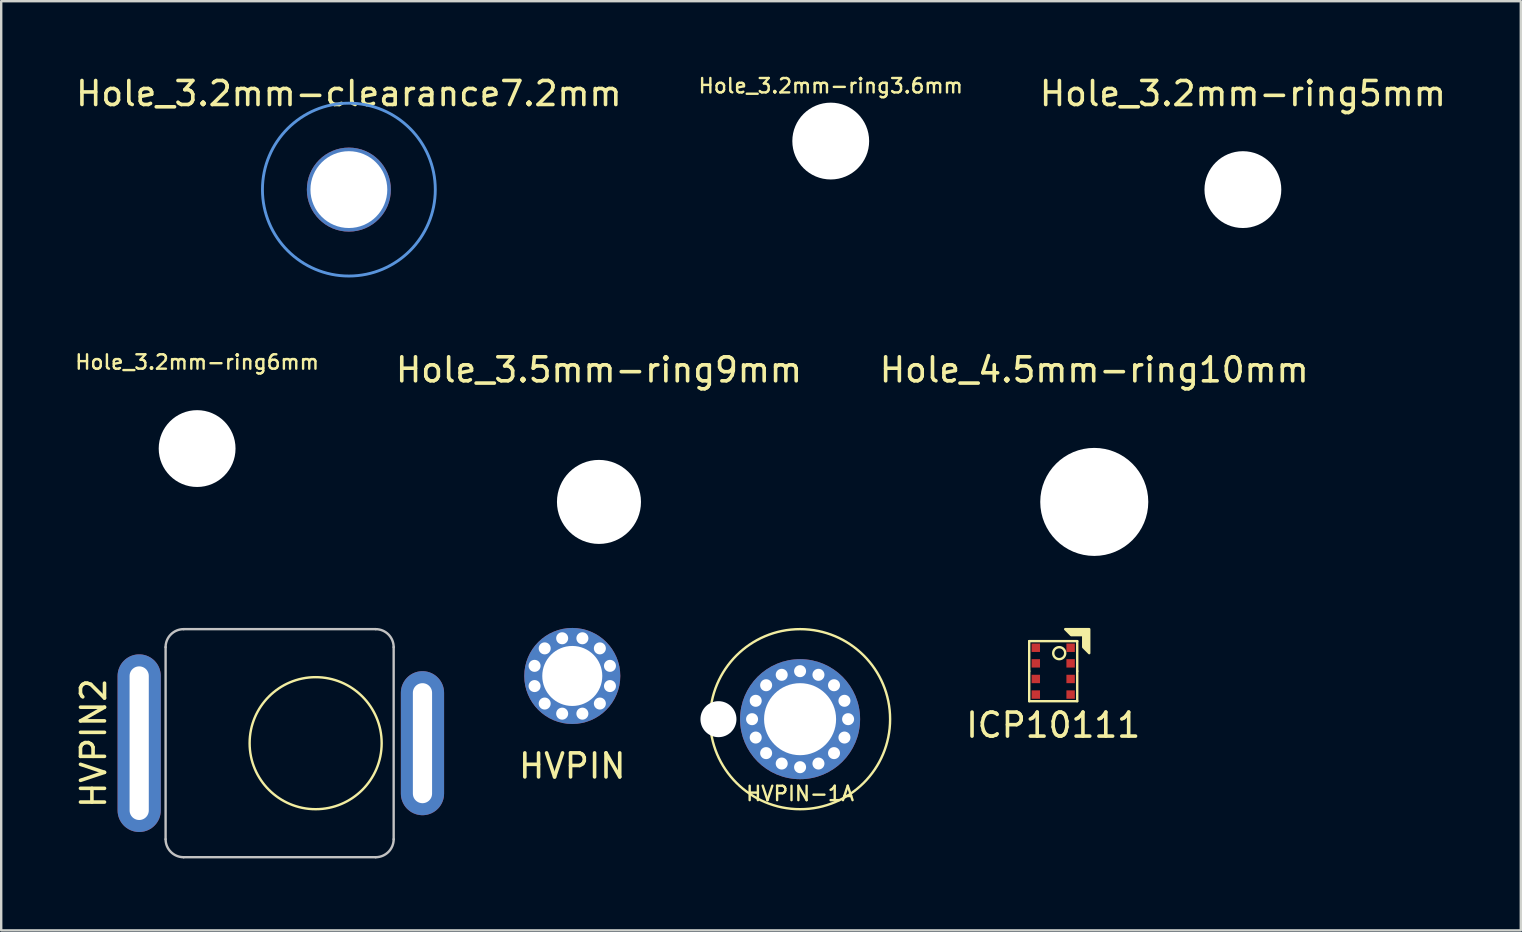
<source format=kicad_pcb>
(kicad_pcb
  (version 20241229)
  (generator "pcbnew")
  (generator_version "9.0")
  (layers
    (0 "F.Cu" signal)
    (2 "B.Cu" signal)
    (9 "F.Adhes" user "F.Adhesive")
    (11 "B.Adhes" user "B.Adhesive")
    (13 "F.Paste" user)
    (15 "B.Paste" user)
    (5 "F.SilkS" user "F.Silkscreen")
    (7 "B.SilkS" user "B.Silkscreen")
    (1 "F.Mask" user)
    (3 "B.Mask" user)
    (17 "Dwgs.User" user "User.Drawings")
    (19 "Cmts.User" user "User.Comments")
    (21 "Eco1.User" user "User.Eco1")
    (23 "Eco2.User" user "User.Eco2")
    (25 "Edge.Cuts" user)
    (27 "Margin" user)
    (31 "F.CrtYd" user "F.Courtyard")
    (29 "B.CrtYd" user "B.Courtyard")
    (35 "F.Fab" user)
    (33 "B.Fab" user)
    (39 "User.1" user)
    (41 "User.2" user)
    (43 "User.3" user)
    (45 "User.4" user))
  (footprint "Hole_4.5mm-ring10mm"
    (layer "F.Cu")
    (at 42.531 17.857)
    (property "Reference" "Hole_4.5mm-ring10mm" (at 0 -5.5 0) (layer "F.SilkS") (effects (font (size 1 1) (thickness 0.15))))
    (attr exclude_from_pos_files exclude_from_bom)
    (pad "" np_thru_hole circle (at 0 0) (size 4.5 4.5) (drill 4.5) (layers "*.Cu" "*.Mask")))
  (footprint "HVPIN2"
    (layer "F.Cu")
    (at 10.098 27.907)
    (property "Reference" "HVPIN2" (at -9.25 0 90) (unlocked yes) (layer "F.SilkS") (effects (font (size 1 1) (thickness 0.15))))
    (fp_circle (center 0 0) (end 2.75 0) (stroke (width 0.1) (type solid)) (fill no) (layer "F.SilkS"))
    (fp_line (start -6.25 -4) (end -6.25 4) (stroke (width 0.1) (type solid)) (layer "Dwgs.User"))
    (fp_line (start -5.5 -4.75) (end 2.5 -4.75) (stroke (width 0.1) (type solid)) (layer "Dwgs.User"))
    (fp_line (start -5.5 4.75) (end 2.5 4.75) (stroke (width 0.1) (type solid)) (layer "Dwgs.User"))
    (fp_line (start 3.25 -4) (end 3.25 4) (stroke (width 0.1) (type solid)) (layer "Dwgs.User"))
    (fp_arc (start -6.25 -4) (mid -6.03033 -4.53033) (end -5.5 -4.75) (stroke (width 0.1) (type solid)) (layer "Dwgs.User"))
    (fp_arc (start -5.5 4.75) (mid -6.03033 4.53033) (end -6.25 4) (stroke (width 0.1) (type solid)) (layer "Dwgs.User"))
    (fp_arc (start 2.5 -4.75) (mid 3.03033 -4.53033) (end 3.25 -4) (stroke (width 0.1) (type solid)) (layer "Dwgs.User"))
    (fp_arc (start 3.25 4) (mid 3.03033 4.53033) (end 2.5 4.75) (stroke (width 0.1) (type solid)) (layer "Dwgs.User"))
    (pad "0" thru_hole oval (at -7.35 0 90) (size 7.4 1.8) (drill oval 6.4 0.8) (layers "*.Cu" "*.Mask" "F.Paste"))
    (pad "1" thru_hole oval (at 4.45 0 90) (size 6 1.8) (drill oval 5 0.8) (layers "*.Cu" "*.Mask" "F.Paste")))
  (footprint "Hole_3.5mm-ring9mm"
    (layer "F.Cu")
    (at 21.9 17.857)
    (property "Reference" "Hole_3.5mm-ring9mm" (at 0 -5.5 0) (layer "F.SilkS") (effects (font (size 1 1) (thickness 0.15))))
    (attr exclude_from_pos_files exclude_from_bom)
    (pad "" np_thru_hole circle (at 0 0) (size 3.5 3.5) (drill 3.5) (layers "*.Cu" "*.Mask")))
  (footprint "HVPIN-1A"
    (layer "F.Cu")
    (at 30.277 26.907)
    (property "Reference" "HVPIN-1A" (at 0 3.1 0) (unlocked yes) (layer "F.SilkS") (effects (font (size 0.6 0.6) (thickness 0.1) (bold yes))))
    (fp_circle (center 0 0) (end 3.75 0) (stroke (width 0.1) (type default)) (fill no) (layer "F.SilkS"))
    (fp_circle (center -2 0) (end -2 -0.4) (stroke (width 0) (type solid)) (fill yes) (layer "F.Paste"))
    (fp_circle (center -1.732 -1) (end -1.732 -1.4) (stroke (width 0) (type solid)) (fill yes) (layer "F.Paste"))
    (fp_circle (center -1.732 1) (end -1.732 0.6) (stroke (width 0) (type solid)) (fill yes) (layer "F.Paste"))
    (fp_circle (center -1 -1.732) (end -1 -2.132) (stroke (width 0) (type solid)) (fill yes) (layer "F.Paste"))
    (fp_circle (center -1 1.732) (end -1 1.332) (stroke (width 0) (type solid)) (fill yes) (layer "F.Paste"))
    (fp_circle (center 0 -2) (end 0 -2.4) (stroke (width 0) (type solid)) (fill yes) (layer "F.Paste"))
    (fp_circle (center 0 2) (end 0 1.6) (stroke (width 0) (type solid)) (fill yes) (layer "F.Paste"))
    (fp_circle (center 1 -1.732) (end 1 -2.132) (stroke (width 0) (type solid)) (fill yes) (layer "F.Paste"))
    (fp_circle (center 1 1.732) (end 1 1.332) (stroke (width 0) (type solid)) (fill yes) (layer "F.Paste"))
    (fp_circle (center 1.732 -1) (end 1.732 -1.4) (stroke (width 0) (type solid)) (fill yes) (layer "F.Paste"))
    (fp_circle (center 1.732 1) (end 1.732 0.6) (stroke (width 0) (type solid)) (fill yes) (layer "F.Paste"))
    (fp_circle (center 2 0) (end 2 -0.4) (stroke (width 0) (type solid)) (fill yes) (layer "F.Paste"))
    (pad "" np_thru_hole circle (at -3.4 0) (size 1.5 1.5) (drill 1.5) (layers "*.Cu" "*.Mask"))
    (pad "1" thru_hole circle (at -2 0 75) (size 0.7 0.7) (drill 0.5) (layers "*.Cu" "*.Mask"))
    (pad "1" thru_hole circle (at -1.848 -0.765 75) (size 0.7 0.7) (drill 0.5) (layers "*.Cu" "*.Mask"))
    (pad "1" thru_hole circle (at -1.848 0.765 75) (size 0.7 0.7) (drill 0.5) (layers "*.Cu" "*.Mask"))
    (pad "1" thru_hole circle (at -1.414 -1.414 75) (size 0.7 0.7) (drill 0.5) (layers "*.Cu" "*.Mask"))
    (pad "1" thru_hole circle (at -1.414 1.414 75) (size 0.7 0.7) (drill 0.5) (layers "*.Cu" "*.Mask"))
    (pad "1" thru_hole circle (at -0.765 -1.848 75) (size 0.7 0.7) (drill 0.5) (layers "*.Cu" "*.Mask"))
    (pad "1" thru_hole circle (at -0.765 1.848 75) (size 0.7 0.7) (drill 0.5) (layers "*.Cu" "*.Mask"))
    (pad "1" thru_hole circle (at 0 -2 75) (size 0.7 0.7) (drill 0.5) (layers "*.Cu" "*.Mask"))
    (pad "1" thru_hole circle (at 0 0) (size 5 5) (drill 3) (layers "*.Cu" "*.Mask"))
    (pad "1" thru_hole circle (at 0 2 75) (size 0.7 0.7) (drill 0.5) (layers "*.Cu" "*.Mask"))
    (pad "1" thru_hole circle (at 0.765 -1.848 75) (size 0.7 0.7) (drill 0.5) (layers "*.Cu" "*.Mask"))
    (pad "1" thru_hole circle (at 0.765 1.848 75) (size 0.7 0.7) (drill 0.5) (layers "*.Cu" "*.Mask"))
    (pad "1" thru_hole circle (at 1.414 -1.414 75) (size 0.7 0.7) (drill 0.5) (layers "*.Cu" "*.Mask"))
    (pad "1" thru_hole circle (at 1.414 1.414 75) (size 0.7 0.7) (drill 0.5) (layers "*.Cu" "*.Mask"))
    (pad "1" thru_hole circle (at 1.848 -0.765 75) (size 0.7 0.7) (drill 0.5) (layers "*.Cu" "*.Mask"))
    (pad "1" thru_hole circle (at 1.848 0.765 75) (size 0.7 0.7) (drill 0.5) (layers "*.Cu" "*.Mask"))
    (pad "1" thru_hole circle (at 2 0 75) (size 0.7 0.7) (drill 0.5) (layers "*.Cu" "*.Mask")))
  (footprint "Hole_3.2mm-clearance7.2mm"
    (layer "F.Cu")
    (at 11.482 4.848)
    (property "Reference" "Hole_3.2mm-clearance7.2mm" (at 0 -4 0) (layer "F.SilkS") (effects (font (size 1 1) (thickness 0.15))))
    (attr exclude_from_pos_files exclude_from_bom)
    (fp_circle (center 0 0) (end 3.6 0) (stroke (width 0.12) (type solid)) (fill no) (layer "Cmts.User"))
    (pad "" thru_hole circle (at 0 0) (size 3.5 3.5) (drill 3.2) (layers "*.Cu" "*.Mask")))
  (footprint "Hole_3.2mm-ring5mm"
    (layer "F.Cu")
    (at 48.722 4.848)
    (property "Reference" "Hole_3.2mm-ring5mm" (at 0 -4 0) (layer "F.SilkS") (effects (font (size 1 1) (thickness 0.15))))
    (attr exclude_from_pos_files exclude_from_bom)
    (pad "" np_thru_hole circle (at 0 0) (size 3.2 3.2) (drill 3.2) (layers "*.Cu" "*.Mask")))
  (footprint "HVPIN"
    (layer "F.Cu")
    (at 20.788 25.107)
    (property "Reference" "HVPIN" (at 0 3.75 0) (unlocked yes) (layer "F.SilkS") (effects (font (size 1 1) (thickness 0.15))))
    (fp_circle (center -1.625 0) (end -1.275 0) (stroke (width 0) (type solid)) (fill yes) (layer "F.Paste"))
    (fp_circle (center -1.407 -0.812) (end -1.057 -0.812) (stroke (width 0) (type solid)) (fill yes) (layer "F.Paste"))
    (fp_circle (center -1.407 0.812) (end -1.057 0.812) (stroke (width 0) (type solid)) (fill yes) (layer "F.Paste"))
    (fp_circle (center -0.812 -1.407) (end -0.463 -1.407) (stroke (width 0) (type solid)) (fill yes) (layer "F.Paste"))
    (fp_circle (center -0.812 1.407) (end -0.463 1.407) (stroke (width 0) (type solid)) (fill yes) (layer "F.Paste"))
    (fp_circle (center 0 -1.625) (end 0.35 -1.625) (stroke (width 0) (type solid)) (fill yes) (layer "F.Paste"))
    (fp_circle (center 0 1.625) (end 0.35 1.625) (stroke (width 0) (type solid)) (fill yes) (layer "F.Paste"))
    (fp_circle (center 0.812 -1.407) (end 1.163 -1.407) (stroke (width 0) (type solid)) (fill yes) (layer "F.Paste"))
    (fp_circle (center 0.812 1.407) (end 1.163 1.407) (stroke (width 0) (type solid)) (fill yes) (layer "F.Paste"))
    (fp_circle (center 1.407 -0.812) (end 1.757 -0.812) (stroke (width 0) (type solid)) (fill yes) (layer "F.Paste"))
    (fp_circle (center 1.407 0.812) (end 1.757 0.812) (stroke (width 0) (type solid)) (fill yes) (layer "F.Paste"))
    (fp_circle (center 1.625 0) (end 1.975 0) (stroke (width 0) (type solid)) (fill yes) (layer "F.Paste"))
    (pad "1" thru_hole circle (at -1.57 -0.421 75) (size 0.7 0.7) (drill 0.5) (layers "*.Cu" "*.Mask"))
    (pad "1" thru_hole circle (at -1.57 0.421 75) (size 0.7 0.7) (drill 0.5) (layers "*.Cu" "*.Mask"))
    (pad "1" thru_hole circle (at -1.149 -1.149 75) (size 0.7 0.7) (drill 0.5) (layers "*.Cu" "*.Mask"))
    (pad "1" thru_hole circle (at -1.149 1.149 75) (size 0.7 0.7) (drill 0.5) (layers "*.Cu" "*.Mask"))
    (pad "1" thru_hole circle (at -0.421 -1.57 75) (size 0.7 0.7) (drill 0.5) (layers "*.Cu" "*.Mask"))
    (pad "1" thru_hole circle (at -0.421 1.57 75) (size 0.7 0.7) (drill 0.5) (layers "*.Cu" "*.Mask"))
    (pad "1" thru_hole circle (at 0 0) (size 4 4) (drill 2.5) (layers "*.Cu" "*.Mask"))
    (pad "1" thru_hole circle (at 0.421 -1.57 75) (size 0.7 0.7) (drill 0.5) (layers "*.Cu" "*.Mask"))
    (pad "1" thru_hole circle (at 0.421 1.57 75) (size 0.7 0.7) (drill 0.5) (layers "*.Cu" "*.Mask"))
    (pad "1" thru_hole circle (at 1.149 -1.149 75) (size 0.7 0.7) (drill 0.5) (layers "*.Cu" "*.Mask"))
    (pad "1" thru_hole circle (at 1.149 1.149 75) (size 0.7 0.7) (drill 0.5) (layers "*.Cu" "*.Mask"))
    (pad "1" thru_hole circle (at 1.57 -0.421 75) (size 0.7 0.7) (drill 0.5) (layers "*.Cu" "*.Mask"))
    (pad "1" thru_hole circle (at 1.57 0.421 75) (size 0.7 0.7) (drill 0.5) (layers "*.Cu" "*.Mask")))
  (footprint "ICP10111"
    (layer "F.Cu")
    (at 40.821 24.907)
    (property "Reference" "ICP10111" (at 0 2.25 0) (layer "F.SilkS") (effects (font (size 1 1) (thickness 0.15))))
    (attr smd)
    (fp_line (start -1 -1.25) (end -1 0) (stroke (width 0.1) (type solid)) (layer "F.SilkS"))
    (fp_line (start -1 -1.25) (end 1 -1.25) (stroke (width 0.1) (type solid)) (layer "F.SilkS"))
    (fp_line (start -1 1.25) (end -1 0) (stroke (width 0.1) (type solid)) (layer "F.SilkS"))
    (fp_line (start 1 -1.25) (end 1 0) (stroke (width 0.1) (type solid)) (layer "F.SilkS"))
    (fp_line (start 1 0) (end 1 1.25) (stroke (width 0.1) (type solid)) (layer "F.SilkS"))
    (fp_line (start 1 1.25) (end -1 1.25) (stroke (width 0.1) (type solid)) (layer "F.SilkS"))
    (fp_circle (center 0.25 -0.75) (end 0.25 -0.5) (stroke (width 0.1) (type solid)) (fill no) (layer "F.SilkS"))
    (fp_poly (pts (xy 1.25 -1) (xy 1.25 -1.5) (xy 0.75 -1.5) (xy 0.5 -1.75) (xy 1.5 -1.75) (xy 1.5 -0.75)) (stroke (width 0.1) (type solid)) (fill yes) (layer "F.SilkS"))
    (pad "1" smd rect (at 0.725 -0.975) (size 0.35 0.35) (layers "F.Cu" "F.Mask" "F.Paste"))
    (pad "2" smd rect (at 0.725 -0.325) (size 0.35 0.35) (layers "F.Cu" "F.Mask" "F.Paste"))
    (pad "3" smd rect (at 0.725 0.325) (size 0.35 0.35) (layers "F.Cu" "F.Mask" "F.Paste"))
    (pad "4" smd rect (at 0.725 0.975) (size 0.35 0.35) (layers "F.Cu" "F.Mask" "F.Paste"))
    (pad "5" smd rect (at -0.725 0.975) (size 0.35 0.35) (layers "F.Cu" "F.Mask" "F.Paste"))
    (pad "6" smd rect (at -0.725 0.325) (size 0.35 0.35) (layers "F.Cu" "F.Mask" "F.Paste"))
    (pad "7" smd rect (at -0.725 -0.325) (size 0.35 0.35) (layers "F.Cu" "F.Mask" "F.Paste"))
    (pad "8" smd rect (at -0.725 -0.975) (size 0.35 0.35) (layers "F.Cu" "F.Mask" "F.Paste")))
  (footprint "Hole_3.2mm-ring6mm"
    (layer "F.Cu")
    (at 5.161 15.635)
    (property "Reference" "Hole_3.2mm-ring6mm" (at 0 -3.6 0) (layer "F.SilkS") (effects (font (size 0.6 0.6) (thickness 0.1))))
    (attr exclude_from_pos_files)
    (pad "" np_thru_hole circle (at 0 0) (size 3.2 3.2) (drill 3.2) (layers "*.Cu" "*.Mask")))
  (footprint "Hole_3.2mm-ring3.6mm"
    (layer "F.Cu")
    (at 31.554 2.826)
    (property "Reference" "Hole_3.2mm-ring3.6mm" (at 0 -2.3 0) (layer "F.SilkS") (effects (font (size 0.6 0.6) (thickness 0.1))))
    (attr exclude_from_pos_files)
    (pad "" np_thru_hole circle (at 0 0) (size 3.2 3.2) (drill 3.2) (layers "*.Cu" "*.Mask")))
  (gr_rect
    (start -3 -3)
    (end 60.299 35.706)
    (stroke (width 0.1) (type default))
    (fill no)
    (layer "Edge.Cuts")))
</source>
